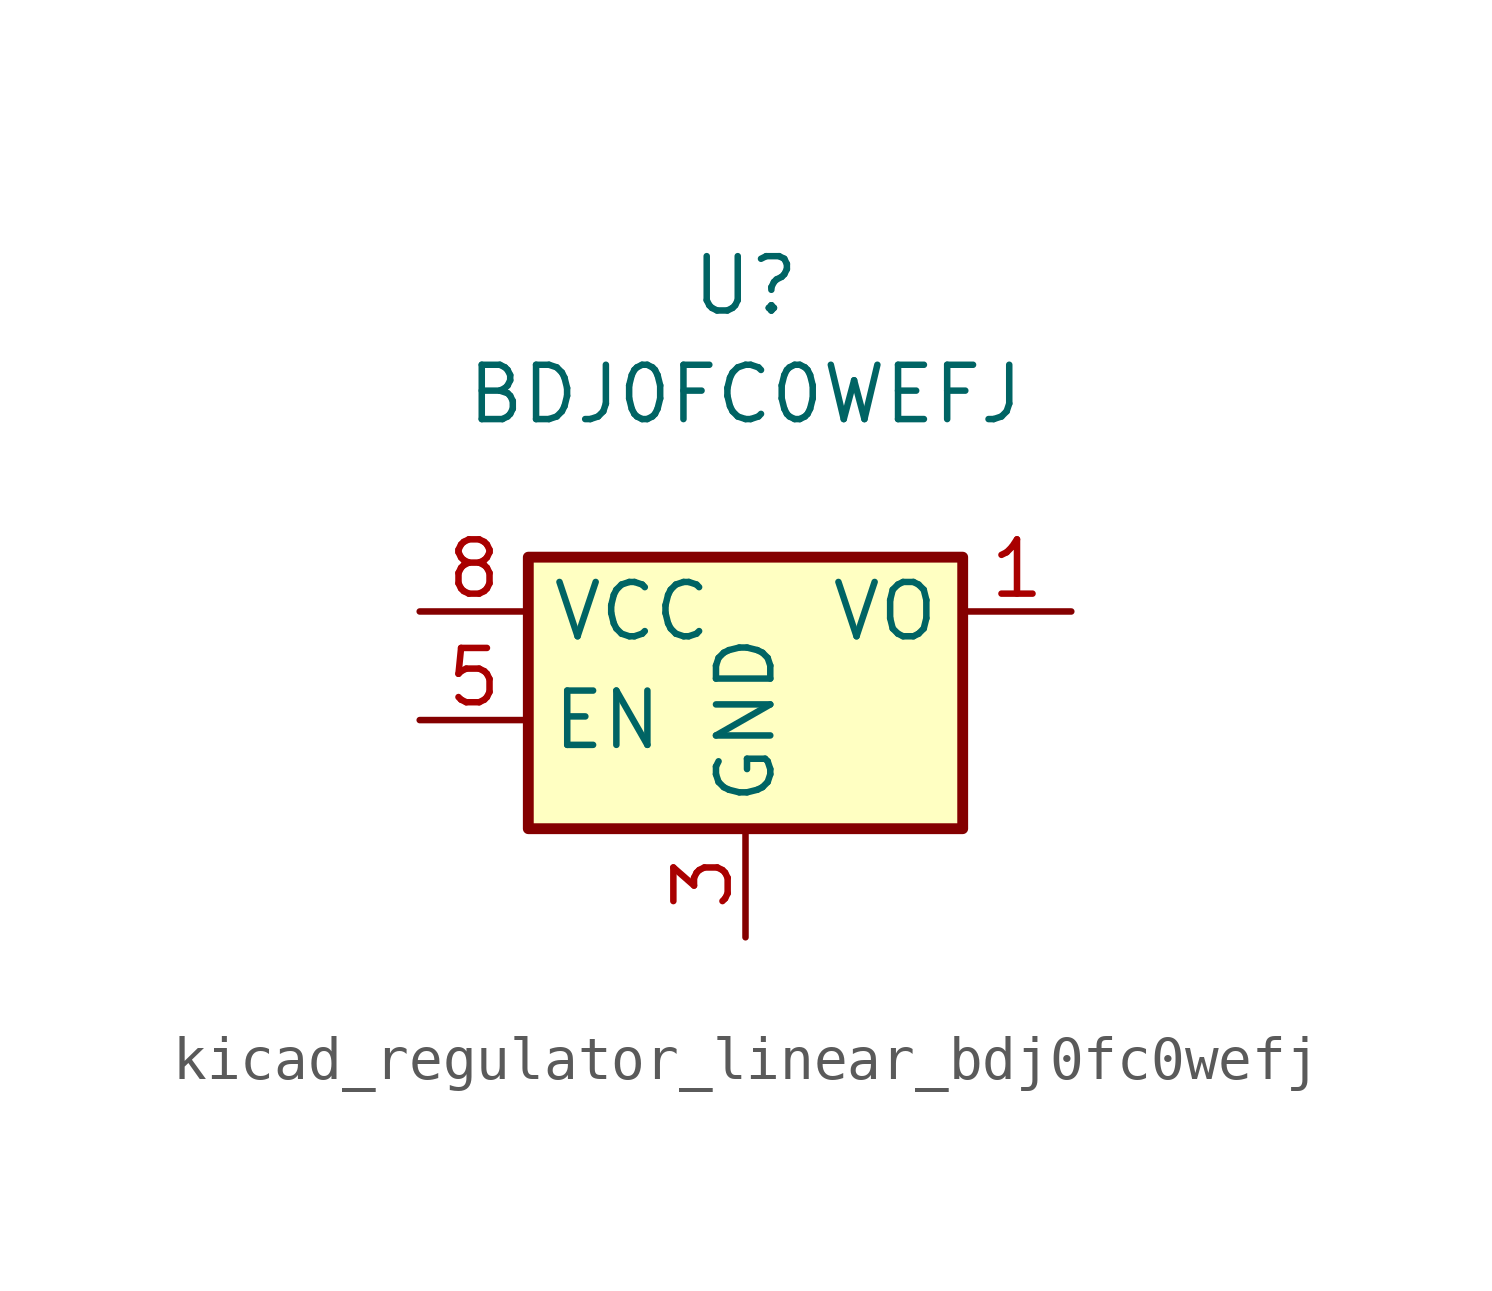
<source format=kicad_sym>
(kicad_symbol_lib
  (version 20220914)
  (generator kicad_symbol_editor)
  (symbol "kicad_regulator_linear_bdj0fc0wefj"
    (property "Reference" "U"
      (at 0 7.62 0)
      (effects (font (size 1.27 1.27))))
    (property "Value" "BDJ0FC0WEFJ"
      (at 0 5.08 0)
      (effects (font (size 1.27 1.27))))
    (symbol "kicad_regulator_linear_bdj0fc0wefj_1_1"
      (rectangle (start -5.08 -5.08) (end 5.08 1.27) (stroke (width 0.254) (type default)) (fill (type background)))
      (pin power_out line (at 7.62 0 180) (length 2.54) (name "VO" (effects (font (size 1.27 1.27)))) (number "1" (effects (font (size 1.27 1.27)))))
      (pin no_connect line (at 5.08 -2.54 180) (length 2.54) hide (name "NC" (effects (font (size 1.27 1.27)))) (number "2" (effects (font (size 1.27 1.27)))))
      (pin power_in line (at 0 -7.62 90) (length 2.54) (name "GND" (effects (font (size 1.27 1.27)))) (number "3" (effects (font (size 1.27 1.27)))))
      (pin no_connect line (at -3.81 -5.08 90) (length 2.54) hide (name "NC" (effects (font (size 1.27 1.27)))) (number "4" (effects (font (size 1.27 1.27)))))
      (pin input line (at -7.62 -2.54 0) (length 2.54) (name "EN" (effects (font (size 1.27 1.27)))) (number "5" (effects (font (size 1.27 1.27)))))
      (pin no_connect line (at -2.54 -5.08 90) (length 2.54) hide (name "NC" (effects (font (size 1.27 1.27)))) (number "6" (effects (font (size 1.27 1.27)))))
      (pin no_connect line (at -1.27 -5.08 90) (length 2.54) hide (name "NC" (effects (font (size 1.27 1.27)))) (number "7" (effects (font (size 1.27 1.27)))))
      (pin power_in line (at -7.62 0 0) (length 2.54) (name "VCC" (effects (font (size 1.27 1.27)))) (number "8" (effects (font (size 1.27 1.27)))))
      (pin passive line (at 0 -7.62 90) (length 2.54) hide (name "GND" (effects (font (size 1.27 1.27)))) (number "9" (effects (font (size 1.27 1.27))))))))
</source>
